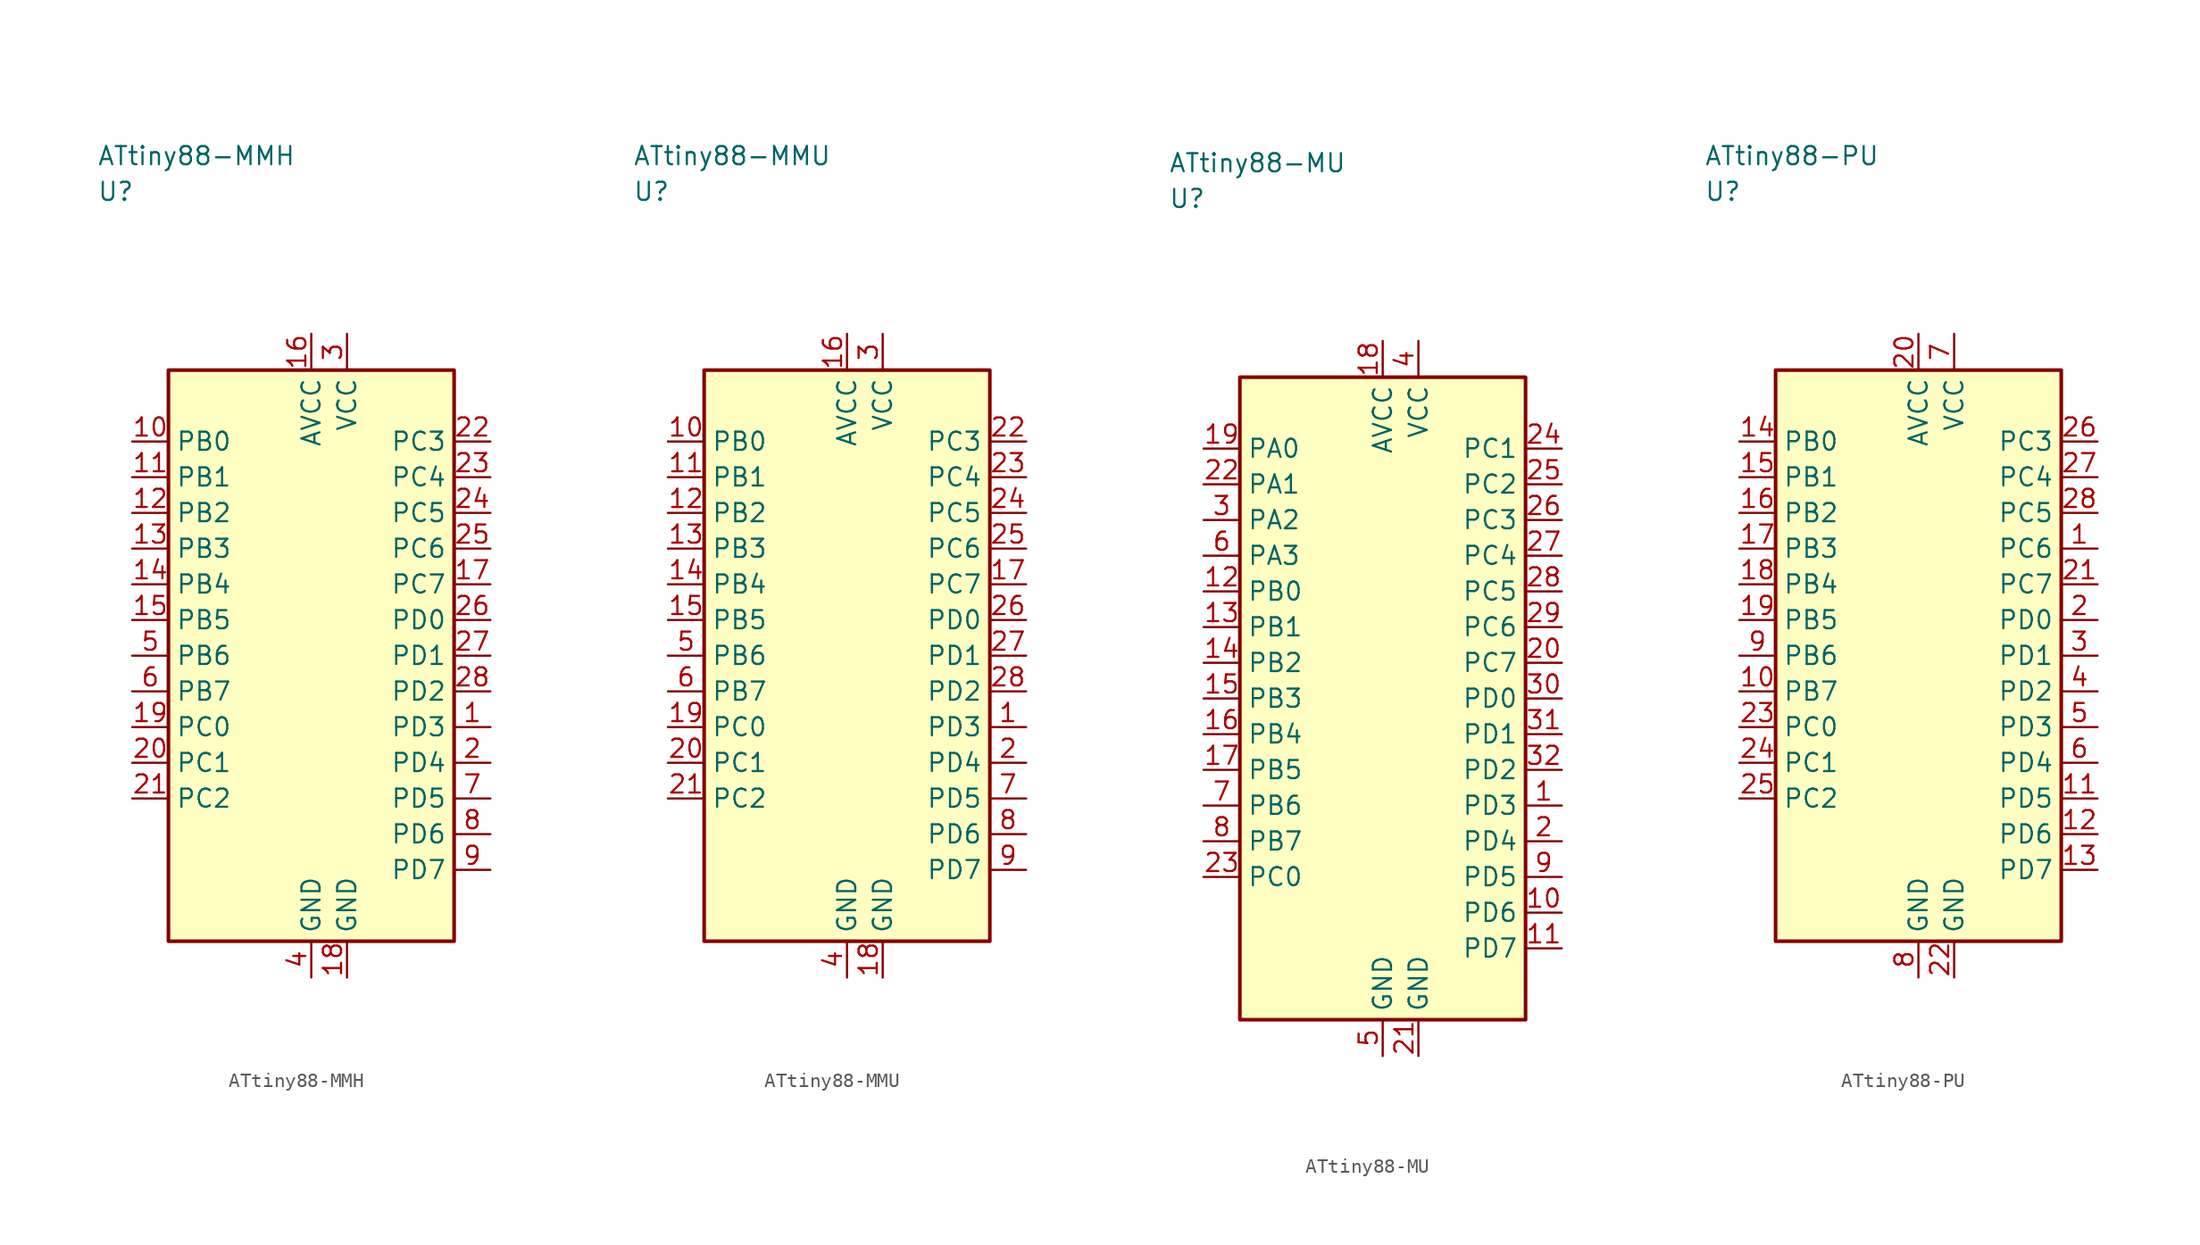
<source format=kicad_sym>
(kicad_symbol_lib
  (version 20241025)
  (generator "kicad_symbol_editor")
  (generator_version "8.0")
  (symbol "ATtiny88-MMH"
    (property "Reference" "U"
      (at -15.0 32.5 0)
      (effects (font (size 1.27 1.27)) (justify left)))
    (property "Value" "ATtiny88-MMH"
      (at -15.0 35.0 0)
      (effects (font (size 1.27 1.27)) (justify left)))
    (symbol "ATtiny88-MMH_0_1"
      (rectangle (start -10.0 20.0) (end 10.0 -20.0) (stroke (width 0.254) (type default)) (fill (type background))))
    (symbol "ATtiny88-MMH_1_1"
      (pin bidirectional line (at 12.54 -5.0 180.0) (length 2.54) (name "PD3" (effects (font (size 1.27 1.27)))) (number "1" (effects (font (size 1.27 1.27)))))
      (pin bidirectional line (at 12.54 -7.5 180.0) (length 2.54) (name "PD4" (effects (font (size 1.27 1.27)))) (number "2" (effects (font (size 1.27 1.27)))))
      (pin power_in line (at 2.5 22.54 270.0) (length 2.54) (name "VCC" (effects (font (size 1.27 1.27)))) (number "3" (effects (font (size 1.27 1.27)))))
      (pin passive line (at 0.0 -22.54 90.0) (length 2.54) (name "GND" (effects (font (size 1.27 1.27)))) (number "4" (effects (font (size 1.27 1.27)))))
      (pin bidirectional line (at -12.54 0.0 0.0) (length 2.54) (name "PB6" (effects (font (size 1.27 1.27)))) (number "5" (effects (font (size 1.27 1.27)))))
      (pin bidirectional line (at -12.54 -2.5 0.0) (length 2.54) (name "PB7" (effects (font (size 1.27 1.27)))) (number "6" (effects (font (size 1.27 1.27)))))
      (pin bidirectional line (at 12.54 -10.0 180.0) (length 2.54) (name "PD5" (effects (font (size 1.27 1.27)))) (number "7" (effects (font (size 1.27 1.27)))))
      (pin bidirectional line (at 12.54 -12.5 180.0) (length 2.54) (name "PD6" (effects (font (size 1.27 1.27)))) (number "8" (effects (font (size 1.27 1.27)))))
      (pin bidirectional line (at 12.54 -15.0 180.0) (length 2.54) (name "PD7" (effects (font (size 1.27 1.27)))) (number "9" (effects (font (size 1.27 1.27)))))
      (pin bidirectional line (at -12.54 15.0 0.0) (length 2.54) (name "PB0" (effects (font (size 1.27 1.27)))) (number "10" (effects (font (size 1.27 1.27)))))
      (pin bidirectional line (at -12.54 12.5 0.0) (length 2.54) (name "PB1" (effects (font (size 1.27 1.27)))) (number "11" (effects (font (size 1.27 1.27)))))
      (pin bidirectional line (at -12.54 10.0 0.0) (length 2.54) (name "PB2" (effects (font (size 1.27 1.27)))) (number "12" (effects (font (size 1.27 1.27)))))
      (pin bidirectional line (at -12.54 7.5 0.0) (length 2.54) (name "PB3" (effects (font (size 1.27 1.27)))) (number "13" (effects (font (size 1.27 1.27)))))
      (pin bidirectional line (at -12.54 5.0 0.0) (length 2.54) (name "PB4" (effects (font (size 1.27 1.27)))) (number "14" (effects (font (size 1.27 1.27)))))
      (pin bidirectional line (at -12.54 2.5 0.0) (length 2.54) (name "PB5" (effects (font (size 1.27 1.27)))) (number "15" (effects (font (size 1.27 1.27)))))
      (pin power_in line (at 0.0 22.54 270.0) (length 2.54) (name "AVCC" (effects (font (size 1.27 1.27)))) (number "16" (effects (font (size 1.27 1.27)))))
      (pin bidirectional line (at 12.54 5.0 180.0) (length 2.54) (name "PC7" (effects (font (size 1.27 1.27)))) (number "17" (effects (font (size 1.27 1.27)))))
      (pin passive line (at 2.5 -22.54 90.0) (length 2.54) (name "GND" (effects (font (size 1.27 1.27)))) (number "18" (effects (font (size 1.27 1.27)))))
      (pin bidirectional line (at -12.54 -5.0 0.0) (length 2.54) (name "PC0" (effects (font (size 1.27 1.27)))) (number "19" (effects (font (size 1.27 1.27)))))
      (pin bidirectional line (at -12.54 -7.5 0.0) (length 2.54) (name "PC1" (effects (font (size 1.27 1.27)))) (number "20" (effects (font (size 1.27 1.27)))))
      (pin bidirectional line (at -12.54 -10.0 0.0) (length 2.54) (name "PC2" (effects (font (size 1.27 1.27)))) (number "21" (effects (font (size 1.27 1.27)))))
      (pin bidirectional line (at 12.54 15.0 180.0) (length 2.54) (name "PC3" (effects (font (size 1.27 1.27)))) (number "22" (effects (font (size 1.27 1.27)))))
      (pin bidirectional line (at 12.54 12.5 180.0) (length 2.54) (name "PC4" (effects (font (size 1.27 1.27)))) (number "23" (effects (font (size 1.27 1.27)))))
      (pin bidirectional line (at 12.54 10.0 180.0) (length 2.54) (name "PC5" (effects (font (size 1.27 1.27)))) (number "24" (effects (font (size 1.27 1.27)))))
      (pin bidirectional line (at 12.54 7.5 180.0) (length 2.54) (name "PC6" (effects (font (size 1.27 1.27)))) (number "25" (effects (font (size 1.27 1.27)))))
      (pin bidirectional line (at 12.54 2.5 180.0) (length 2.54) (name "PD0" (effects (font (size 1.27 1.27)))) (number "26" (effects (font (size 1.27 1.27)))))
      (pin bidirectional line (at 12.54 0.0 180.0) (length 2.54) (name "PD1" (effects (font (size 1.27 1.27)))) (number "27" (effects (font (size 1.27 1.27)))))
      (pin bidirectional line (at 12.54 -2.5 180.0) (length 2.54) (name "PD2" (effects (font (size 1.27 1.27)))) (number "28" (effects (font (size 1.27 1.27)))))))
  (symbol "ATtiny88-MMU"
    (property "Reference" "U"
      (at -15.0 32.5 0)
      (effects (font (size 1.27 1.27)) (justify left)))
    (property "Value" "ATtiny88-MMU"
      (at -15.0 35.0 0)
      (effects (font (size 1.27 1.27)) (justify left)))
    (symbol "ATtiny88-MMU_0_1"
      (rectangle (start -10.0 20.0) (end 10.0 -20.0) (stroke (width 0.254) (type default)) (fill (type background))))
    (symbol "ATtiny88-MMU_1_1"
      (pin bidirectional line (at 12.54 -5.0 180.0) (length 2.54) (name "PD3" (effects (font (size 1.27 1.27)))) (number "1" (effects (font (size 1.27 1.27)))))
      (pin bidirectional line (at 12.54 -7.5 180.0) (length 2.54) (name "PD4" (effects (font (size 1.27 1.27)))) (number "2" (effects (font (size 1.27 1.27)))))
      (pin power_in line (at 2.5 22.54 270.0) (length 2.54) (name "VCC" (effects (font (size 1.27 1.27)))) (number "3" (effects (font (size 1.27 1.27)))))
      (pin passive line (at 0.0 -22.54 90.0) (length 2.54) (name "GND" (effects (font (size 1.27 1.27)))) (number "4" (effects (font (size 1.27 1.27)))))
      (pin bidirectional line (at -12.54 0.0 0.0) (length 2.54) (name "PB6" (effects (font (size 1.27 1.27)))) (number "5" (effects (font (size 1.27 1.27)))))
      (pin bidirectional line (at -12.54 -2.5 0.0) (length 2.54) (name "PB7" (effects (font (size 1.27 1.27)))) (number "6" (effects (font (size 1.27 1.27)))))
      (pin bidirectional line (at 12.54 -10.0 180.0) (length 2.54) (name "PD5" (effects (font (size 1.27 1.27)))) (number "7" (effects (font (size 1.27 1.27)))))
      (pin bidirectional line (at 12.54 -12.5 180.0) (length 2.54) (name "PD6" (effects (font (size 1.27 1.27)))) (number "8" (effects (font (size 1.27 1.27)))))
      (pin bidirectional line (at 12.54 -15.0 180.0) (length 2.54) (name "PD7" (effects (font (size 1.27 1.27)))) (number "9" (effects (font (size 1.27 1.27)))))
      (pin bidirectional line (at -12.54 15.0 0.0) (length 2.54) (name "PB0" (effects (font (size 1.27 1.27)))) (number "10" (effects (font (size 1.27 1.27)))))
      (pin bidirectional line (at -12.54 12.5 0.0) (length 2.54) (name "PB1" (effects (font (size 1.27 1.27)))) (number "11" (effects (font (size 1.27 1.27)))))
      (pin bidirectional line (at -12.54 10.0 0.0) (length 2.54) (name "PB2" (effects (font (size 1.27 1.27)))) (number "12" (effects (font (size 1.27 1.27)))))
      (pin bidirectional line (at -12.54 7.5 0.0) (length 2.54) (name "PB3" (effects (font (size 1.27 1.27)))) (number "13" (effects (font (size 1.27 1.27)))))
      (pin bidirectional line (at -12.54 5.0 0.0) (length 2.54) (name "PB4" (effects (font (size 1.27 1.27)))) (number "14" (effects (font (size 1.27 1.27)))))
      (pin bidirectional line (at -12.54 2.5 0.0) (length 2.54) (name "PB5" (effects (font (size 1.27 1.27)))) (number "15" (effects (font (size 1.27 1.27)))))
      (pin power_in line (at 0.0 22.54 270.0) (length 2.54) (name "AVCC" (effects (font (size 1.27 1.27)))) (number "16" (effects (font (size 1.27 1.27)))))
      (pin bidirectional line (at 12.54 5.0 180.0) (length 2.54) (name "PC7" (effects (font (size 1.27 1.27)))) (number "17" (effects (font (size 1.27 1.27)))))
      (pin passive line (at 2.5 -22.54 90.0) (length 2.54) (name "GND" (effects (font (size 1.27 1.27)))) (number "18" (effects (font (size 1.27 1.27)))))
      (pin bidirectional line (at -12.54 -5.0 0.0) (length 2.54) (name "PC0" (effects (font (size 1.27 1.27)))) (number "19" (effects (font (size 1.27 1.27)))))
      (pin bidirectional line (at -12.54 -7.5 0.0) (length 2.54) (name "PC1" (effects (font (size 1.27 1.27)))) (number "20" (effects (font (size 1.27 1.27)))))
      (pin bidirectional line (at -12.54 -10.0 0.0) (length 2.54) (name "PC2" (effects (font (size 1.27 1.27)))) (number "21" (effects (font (size 1.27 1.27)))))
      (pin bidirectional line (at 12.54 15.0 180.0) (length 2.54) (name "PC3" (effects (font (size 1.27 1.27)))) (number "22" (effects (font (size 1.27 1.27)))))
      (pin bidirectional line (at 12.54 12.5 180.0) (length 2.54) (name "PC4" (effects (font (size 1.27 1.27)))) (number "23" (effects (font (size 1.27 1.27)))))
      (pin bidirectional line (at 12.54 10.0 180.0) (length 2.54) (name "PC5" (effects (font (size 1.27 1.27)))) (number "24" (effects (font (size 1.27 1.27)))))
      (pin bidirectional line (at 12.54 7.5 180.0) (length 2.54) (name "PC6" (effects (font (size 1.27 1.27)))) (number "25" (effects (font (size 1.27 1.27)))))
      (pin bidirectional line (at 12.54 2.5 180.0) (length 2.54) (name "PD0" (effects (font (size 1.27 1.27)))) (number "26" (effects (font (size 1.27 1.27)))))
      (pin bidirectional line (at 12.54 0.0 180.0) (length 2.54) (name "PD1" (effects (font (size 1.27 1.27)))) (number "27" (effects (font (size 1.27 1.27)))))
      (pin bidirectional line (at 12.54 -2.5 180.0) (length 2.54) (name "PD2" (effects (font (size 1.27 1.27)))) (number "28" (effects (font (size 1.27 1.27)))))))
  (symbol "ATtiny88-MU"
    (property "Reference" "U"
      (at -15.0 35.0 0)
      (effects (font (size 1.27 1.27)) (justify left)))
    (property "Value" "ATtiny88-MU"
      (at -15.0 37.5 0)
      (effects (font (size 1.27 1.27)) (justify left)))
    (symbol "ATtiny88-MU_0_1"
      (rectangle (start -10.0 22.5) (end 10.0 -22.5) (stroke (width 0.254) (type default)) (fill (type background))))
    (symbol "ATtiny88-MU_1_1"
      (pin bidirectional line (at 12.54 -7.5 180.0) (length 2.54) (name "PD3" (effects (font (size 1.27 1.27)))) (number "1" (effects (font (size 1.27 1.27)))))
      (pin bidirectional line (at 12.54 -10.0 180.0) (length 2.54) (name "PD4" (effects (font (size 1.27 1.27)))) (number "2" (effects (font (size 1.27 1.27)))))
      (pin bidirectional line (at -12.54 12.5 0.0) (length 2.54) (name "PA2" (effects (font (size 1.27 1.27)))) (number "3" (effects (font (size 1.27 1.27)))))
      (pin power_in line (at 2.5 25.04 270.0) (length 2.54) (name "VCC" (effects (font (size 1.27 1.27)))) (number "4" (effects (font (size 1.27 1.27)))))
      (pin passive line (at 0.0 -25.04 90.0) (length 2.54) (name "GND" (effects (font (size 1.27 1.27)))) (number "5" (effects (font (size 1.27 1.27)))))
      (pin bidirectional line (at -12.54 10.0 0.0) (length 2.54) (name "PA3" (effects (font (size 1.27 1.27)))) (number "6" (effects (font (size 1.27 1.27)))))
      (pin bidirectional line (at -12.54 -7.5 0.0) (length 2.54) (name "PB6" (effects (font (size 1.27 1.27)))) (number "7" (effects (font (size 1.27 1.27)))))
      (pin bidirectional line (at -12.54 -10.0 0.0) (length 2.54) (name "PB7" (effects (font (size 1.27 1.27)))) (number "8" (effects (font (size 1.27 1.27)))))
      (pin bidirectional line (at 12.54 -12.5 180.0) (length 2.54) (name "PD5" (effects (font (size 1.27 1.27)))) (number "9" (effects (font (size 1.27 1.27)))))
      (pin bidirectional line (at 12.54 -15.0 180.0) (length 2.54) (name "PD6" (effects (font (size 1.27 1.27)))) (number "10" (effects (font (size 1.27 1.27)))))
      (pin bidirectional line (at 12.54 -17.5 180.0) (length 2.54) (name "PD7" (effects (font (size 1.27 1.27)))) (number "11" (effects (font (size 1.27 1.27)))))
      (pin bidirectional line (at -12.54 7.5 0.0) (length 2.54) (name "PB0" (effects (font (size 1.27 1.27)))) (number "12" (effects (font (size 1.27 1.27)))))
      (pin bidirectional line (at -12.54 5.0 0.0) (length 2.54) (name "PB1" (effects (font (size 1.27 1.27)))) (number "13" (effects (font (size 1.27 1.27)))))
      (pin bidirectional line (at -12.54 2.5 0.0) (length 2.54) (name "PB2" (effects (font (size 1.27 1.27)))) (number "14" (effects (font (size 1.27 1.27)))))
      (pin bidirectional line (at -12.54 0.0 0.0) (length 2.54) (name "PB3" (effects (font (size 1.27 1.27)))) (number "15" (effects (font (size 1.27 1.27)))))
      (pin bidirectional line (at -12.54 -2.5 0.0) (length 2.54) (name "PB4" (effects (font (size 1.27 1.27)))) (number "16" (effects (font (size 1.27 1.27)))))
      (pin bidirectional line (at -12.54 -5.0 0.0) (length 2.54) (name "PB5" (effects (font (size 1.27 1.27)))) (number "17" (effects (font (size 1.27 1.27)))))
      (pin power_in line (at 0.0 25.04 270.0) (length 2.54) (name "AVCC" (effects (font (size 1.27 1.27)))) (number "18" (effects (font (size 1.27 1.27)))))
      (pin bidirectional line (at -12.54 17.5 0.0) (length 2.54) (name "PA0" (effects (font (size 1.27 1.27)))) (number "19" (effects (font (size 1.27 1.27)))))
      (pin bidirectional line (at 12.54 2.5 180.0) (length 2.54) (name "PC7" (effects (font (size 1.27 1.27)))) (number "20" (effects (font (size 1.27 1.27)))))
      (pin passive line (at 2.5 -25.04 90.0) (length 2.54) (name "GND" (effects (font (size 1.27 1.27)))) (number "21" (effects (font (size 1.27 1.27)))))
      (pin bidirectional line (at -12.54 15.0 0.0) (length 2.54) (name "PA1" (effects (font (size 1.27 1.27)))) (number "22" (effects (font (size 1.27 1.27)))))
      (pin bidirectional line (at -12.54 -12.5 0.0) (length 2.54) (name "PC0" (effects (font (size 1.27 1.27)))) (number "23" (effects (font (size 1.27 1.27)))))
      (pin bidirectional line (at 12.54 17.5 180.0) (length 2.54) (name "PC1" (effects (font (size 1.27 1.27)))) (number "24" (effects (font (size 1.27 1.27)))))
      (pin bidirectional line (at 12.54 15.0 180.0) (length 2.54) (name "PC2" (effects (font (size 1.27 1.27)))) (number "25" (effects (font (size 1.27 1.27)))))
      (pin bidirectional line (at 12.54 12.5 180.0) (length 2.54) (name "PC3" (effects (font (size 1.27 1.27)))) (number "26" (effects (font (size 1.27 1.27)))))
      (pin bidirectional line (at 12.54 10.0 180.0) (length 2.54) (name "PC4" (effects (font (size 1.27 1.27)))) (number "27" (effects (font (size 1.27 1.27)))))
      (pin bidirectional line (at 12.54 7.5 180.0) (length 2.54) (name "PC5" (effects (font (size 1.27 1.27)))) (number "28" (effects (font (size 1.27 1.27)))))
      (pin bidirectional line (at 12.54 5.0 180.0) (length 2.54) (name "PC6" (effects (font (size 1.27 1.27)))) (number "29" (effects (font (size 1.27 1.27)))))
      (pin bidirectional line (at 12.54 0.0 180.0) (length 2.54) (name "PD0" (effects (font (size 1.27 1.27)))) (number "30" (effects (font (size 1.27 1.27)))))
      (pin bidirectional line (at 12.54 -2.5 180.0) (length 2.54) (name "PD1" (effects (font (size 1.27 1.27)))) (number "31" (effects (font (size 1.27 1.27)))))
      (pin bidirectional line (at 12.54 -5.0 180.0) (length 2.54) (name "PD2" (effects (font (size 1.27 1.27)))) (number "32" (effects (font (size 1.27 1.27)))))))
  (symbol "ATtiny88-PU"
    (property "Reference" "U"
      (at -15.0 32.5 0)
      (effects (font (size 1.27 1.27)) (justify left)))
    (property "Value" "ATtiny88-PU"
      (at -15.0 35.0 0)
      (effects (font (size 1.27 1.27)) (justify left)))
    (symbol "ATtiny88-PU_0_1"
      (rectangle (start -10.0 20.0) (end 10.0 -20.0) (stroke (width 0.254) (type default)) (fill (type background))))
    (symbol "ATtiny88-PU_1_1"
      (pin bidirectional line (at 12.54 7.5 180.0) (length 2.54) (name "PC6" (effects (font (size 1.27 1.27)))) (number "1" (effects (font (size 1.27 1.27)))))
      (pin bidirectional line (at 12.54 2.5 180.0) (length 2.54) (name "PD0" (effects (font (size 1.27 1.27)))) (number "2" (effects (font (size 1.27 1.27)))))
      (pin bidirectional line (at 12.54 0.0 180.0) (length 2.54) (name "PD1" (effects (font (size 1.27 1.27)))) (number "3" (effects (font (size 1.27 1.27)))))
      (pin bidirectional line (at 12.54 -2.5 180.0) (length 2.54) (name "PD2" (effects (font (size 1.27 1.27)))) (number "4" (effects (font (size 1.27 1.27)))))
      (pin bidirectional line (at 12.54 -5.0 180.0) (length 2.54) (name "PD3" (effects (font (size 1.27 1.27)))) (number "5" (effects (font (size 1.27 1.27)))))
      (pin bidirectional line (at 12.54 -7.5 180.0) (length 2.54) (name "PD4" (effects (font (size 1.27 1.27)))) (number "6" (effects (font (size 1.27 1.27)))))
      (pin power_in line (at 2.5 22.54 270.0) (length 2.54) (name "VCC" (effects (font (size 1.27 1.27)))) (number "7" (effects (font (size 1.27 1.27)))))
      (pin passive line (at 0.0 -22.54 90.0) (length 2.54) (name "GND" (effects (font (size 1.27 1.27)))) (number "8" (effects (font (size 1.27 1.27)))))
      (pin bidirectional line (at -12.54 0.0 0.0) (length 2.54) (name "PB6" (effects (font (size 1.27 1.27)))) (number "9" (effects (font (size 1.27 1.27)))))
      (pin bidirectional line (at -12.54 -2.5 0.0) (length 2.54) (name "PB7" (effects (font (size 1.27 1.27)))) (number "10" (effects (font (size 1.27 1.27)))))
      (pin bidirectional line (at 12.54 -10.0 180.0) (length 2.54) (name "PD5" (effects (font (size 1.27 1.27)))) (number "11" (effects (font (size 1.27 1.27)))))
      (pin bidirectional line (at 12.54 -12.5 180.0) (length 2.54) (name "PD6" (effects (font (size 1.27 1.27)))) (number "12" (effects (font (size 1.27 1.27)))))
      (pin bidirectional line (at 12.54 -15.0 180.0) (length 2.54) (name "PD7" (effects (font (size 1.27 1.27)))) (number "13" (effects (font (size 1.27 1.27)))))
      (pin bidirectional line (at -12.54 15.0 0.0) (length 2.54) (name "PB0" (effects (font (size 1.27 1.27)))) (number "14" (effects (font (size 1.27 1.27)))))
      (pin bidirectional line (at -12.54 12.5 0.0) (length 2.54) (name "PB1" (effects (font (size 1.27 1.27)))) (number "15" (effects (font (size 1.27 1.27)))))
      (pin bidirectional line (at -12.54 10.0 0.0) (length 2.54) (name "PB2" (effects (font (size 1.27 1.27)))) (number "16" (effects (font (size 1.27 1.27)))))
      (pin bidirectional line (at -12.54 7.5 0.0) (length 2.54) (name "PB3" (effects (font (size 1.27 1.27)))) (number "17" (effects (font (size 1.27 1.27)))))
      (pin bidirectional line (at -12.54 5.0 0.0) (length 2.54) (name "PB4" (effects (font (size 1.27 1.27)))) (number "18" (effects (font (size 1.27 1.27)))))
      (pin bidirectional line (at -12.54 2.5 0.0) (length 2.54) (name "PB5" (effects (font (size 1.27 1.27)))) (number "19" (effects (font (size 1.27 1.27)))))
      (pin power_in line (at 0.0 22.54 270.0) (length 2.54) (name "AVCC" (effects (font (size 1.27 1.27)))) (number "20" (effects (font (size 1.27 1.27)))))
      (pin bidirectional line (at 12.54 5.0 180.0) (length 2.54) (name "PC7" (effects (font (size 1.27 1.27)))) (number "21" (effects (font (size 1.27 1.27)))))
      (pin passive line (at 2.5 -22.54 90.0) (length 2.54) (name "GND" (effects (font (size 1.27 1.27)))) (number "22" (effects (font (size 1.27 1.27)))))
      (pin bidirectional line (at -12.54 -5.0 0.0) (length 2.54) (name "PC0" (effects (font (size 1.27 1.27)))) (number "23" (effects (font (size 1.27 1.27)))))
      (pin bidirectional line (at -12.54 -7.5 0.0) (length 2.54) (name "PC1" (effects (font (size 1.27 1.27)))) (number "24" (effects (font (size 1.27 1.27)))))
      (pin bidirectional line (at -12.54 -10.0 0.0) (length 2.54) (name "PC2" (effects (font (size 1.27 1.27)))) (number "25" (effects (font (size 1.27 1.27)))))
      (pin bidirectional line (at 12.54 15.0 180.0) (length 2.54) (name "PC3" (effects (font (size 1.27 1.27)))) (number "26" (effects (font (size 1.27 1.27)))))
      (pin bidirectional line (at 12.54 12.5 180.0) (length 2.54) (name "PC4" (effects (font (size 1.27 1.27)))) (number "27" (effects (font (size 1.27 1.27)))))
      (pin bidirectional line (at 12.54 10.0 180.0) (length 2.54) (name "PC5" (effects (font (size 1.27 1.27)))) (number "28" (effects (font (size 1.27 1.27))))))))
</source>
